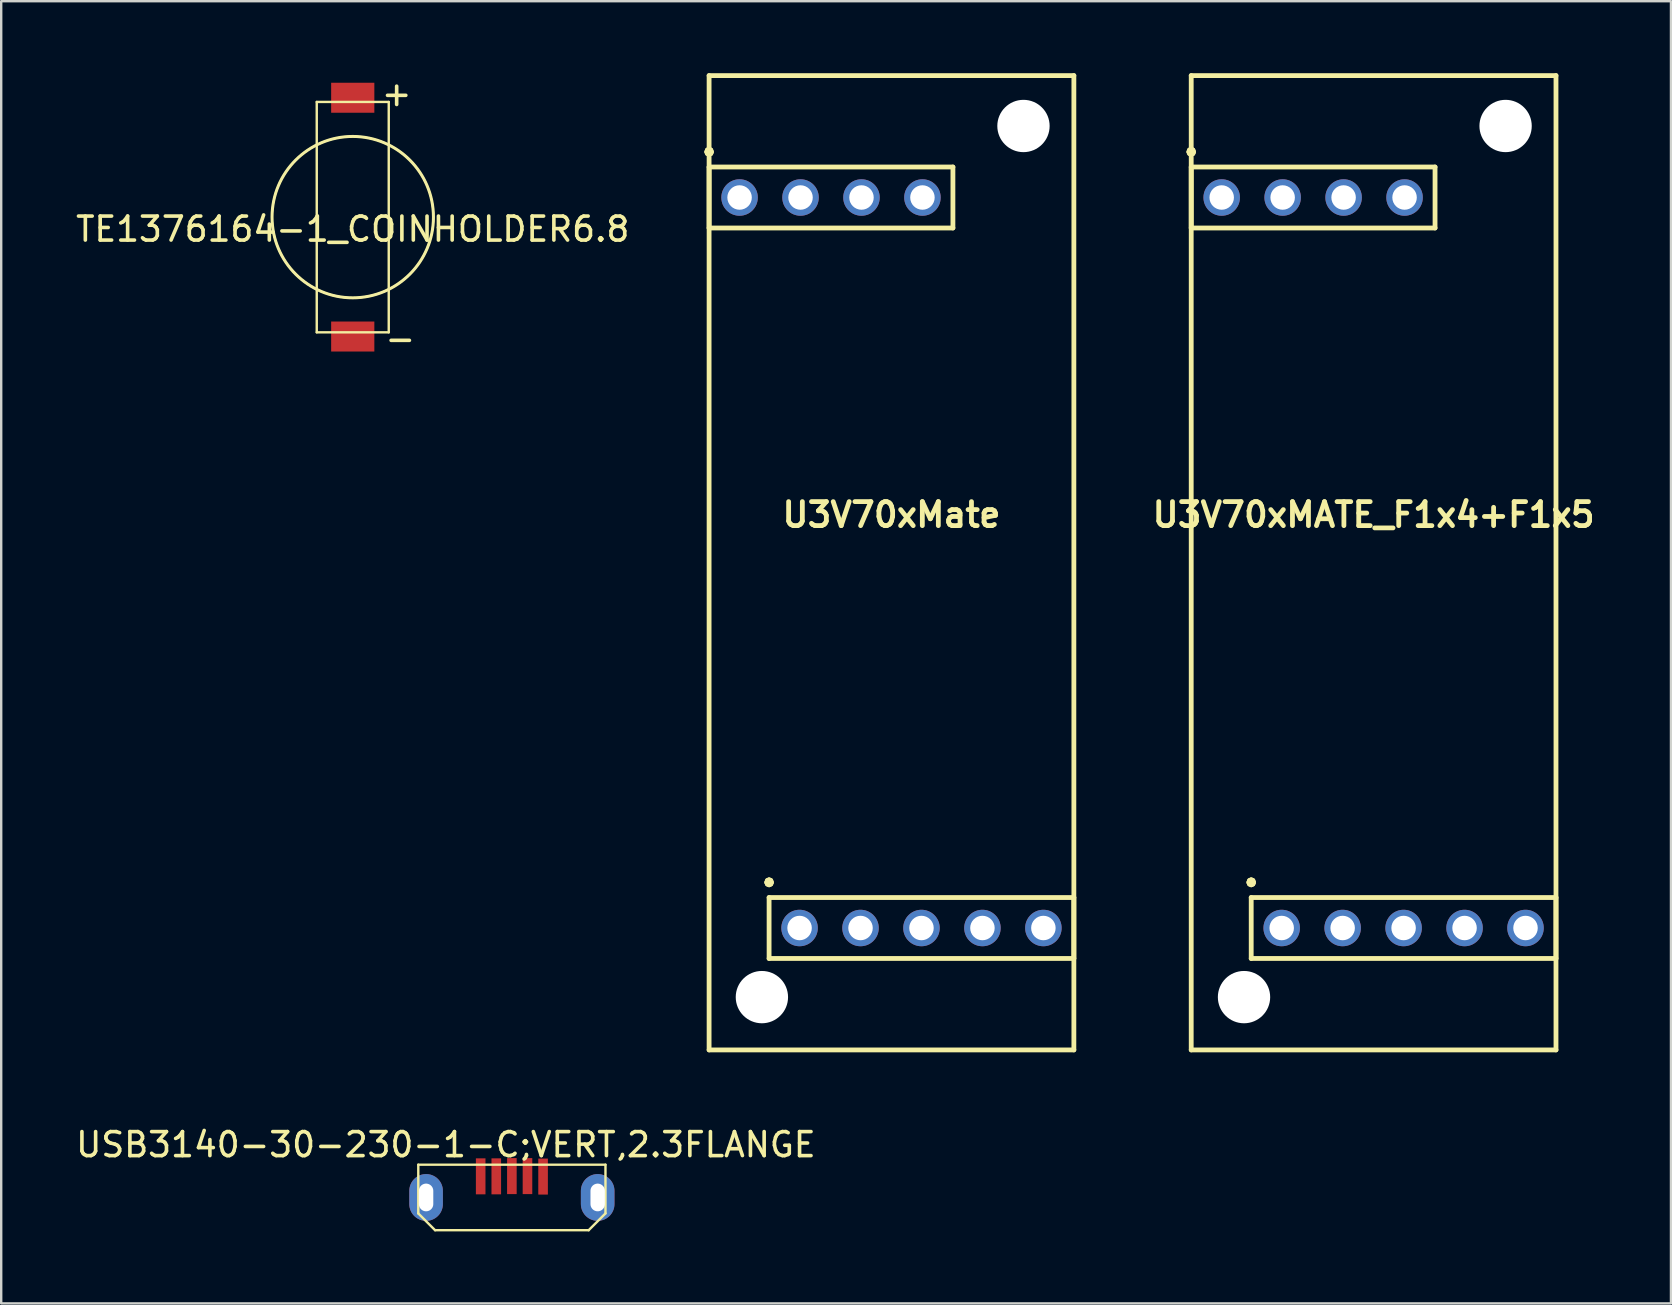
<source format=kicad_pcb>
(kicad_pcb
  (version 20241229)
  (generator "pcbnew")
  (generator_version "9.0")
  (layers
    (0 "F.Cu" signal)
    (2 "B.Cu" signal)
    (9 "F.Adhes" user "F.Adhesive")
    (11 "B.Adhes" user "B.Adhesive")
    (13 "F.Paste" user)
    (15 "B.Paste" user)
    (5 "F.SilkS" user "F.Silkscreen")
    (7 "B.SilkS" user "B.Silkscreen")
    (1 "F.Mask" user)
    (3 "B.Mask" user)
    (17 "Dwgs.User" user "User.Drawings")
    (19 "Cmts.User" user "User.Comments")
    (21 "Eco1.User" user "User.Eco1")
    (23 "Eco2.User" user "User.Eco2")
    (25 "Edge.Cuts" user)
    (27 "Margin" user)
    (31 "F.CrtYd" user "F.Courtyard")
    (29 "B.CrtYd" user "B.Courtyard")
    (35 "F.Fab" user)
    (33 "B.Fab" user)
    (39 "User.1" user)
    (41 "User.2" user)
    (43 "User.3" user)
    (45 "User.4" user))
  (footprint "U3V70xMATE_F1x4+F1x5"
    (layer "F.Cu")
    (at 54.188 20.4)
    (property "Reference" "U3V70xMATE_F1x4+F1x5" (at 0 -2 0) (layer "F.SilkS") (effects (font (size 1 1) (thickness 0.2))))
    (attr through_hole)
    (fp_line (start -7.7 -17.12) (end -7.67 -17.05) (stroke (width 0.2) (type solid)) (layer "F.SilkS"))
    (fp_line (start -7.67 -17.2) (end -7.7 -17.12) (stroke (width 0.2) (type solid)) (layer "F.SilkS"))
    (fp_line (start -7.67 -17.05) (end -7.6 -17.03) (stroke (width 0.2) (type solid)) (layer "F.SilkS"))
    (fp_line (start -7.6 -20.3) (end 7.6 -20.3) (stroke (width 0.2) (type solid)) (layer "F.SilkS"))
    (fp_line (start -7.6 -17.23) (end -7.67 -17.2) (stroke (width 0.2) (type solid)) (layer "F.SilkS"))
    (fp_line (start -7.6 -17.03) (end -7.53 -17.05) (stroke (width 0.2) (type solid)) (layer "F.SilkS"))
    (fp_line (start -7.6 -16.49) (end 2.56 -16.49) (stroke (width 0.2) (type solid)) (layer "F.SilkS"))
    (fp_line (start -7.6 -13.95) (end -7.6 -16.49) (stroke (width 0.2) (type solid)) (layer "F.SilkS"))
    (fp_line (start -7.6 20.3) (end -7.6 -20.3) (stroke (width 0.2) (type solid)) (layer "F.SilkS"))
    (fp_line (start -7.53 -17.2) (end -7.6 -17.23) (stroke (width 0.2) (type solid)) (layer "F.SilkS"))
    (fp_line (start -7.53 -17.05) (end -7.5 -17.12) (stroke (width 0.2) (type solid)) (layer "F.SilkS"))
    (fp_line (start -7.5 -17.12) (end -7.53 -17.2) (stroke (width 0.2) (type solid)) (layer "F.SilkS"))
    (fp_line (start -5.2 13.32) (end -5.17 13.39) (stroke (width 0.2) (type solid)) (layer "F.SilkS"))
    (fp_line (start -5.17 13.24) (end -5.2 13.32) (stroke (width 0.2) (type solid)) (layer "F.SilkS"))
    (fp_line (start -5.17 13.39) (end -5.1 13.42) (stroke (width 0.2) (type solid)) (layer "F.SilkS"))
    (fp_line (start -5.1 13.21) (end -5.17 13.24) (stroke (width 0.2) (type solid)) (layer "F.SilkS"))
    (fp_line (start -5.1 13.42) (end -5.03 13.39) (stroke (width 0.2) (type solid)) (layer "F.SilkS"))
    (fp_line (start -5.1 13.95) (end 7.6 13.95) (stroke (width 0.2) (type solid)) (layer "F.SilkS"))
    (fp_line (start -5.1 16.49) (end -5.1 13.95) (stroke (width 0.2) (type solid)) (layer "F.SilkS"))
    (fp_line (start -5.03 13.24) (end -5.1 13.21) (stroke (width 0.2) (type solid)) (layer "F.SilkS"))
    (fp_line (start -5.03 13.39) (end -5 13.32) (stroke (width 0.2) (type solid)) (layer "F.SilkS"))
    (fp_line (start -5 13.32) (end -5.03 13.24) (stroke (width 0.2) (type solid)) (layer "F.SilkS"))
    (fp_line (start 2.56 -16.49) (end 2.56 -13.95) (stroke (width 0.2) (type solid)) (layer "F.SilkS"))
    (fp_line (start 2.56 -13.95) (end -7.6 -13.95) (stroke (width 0.2) (type solid)) (layer "F.SilkS"))
    (fp_line (start 7.6 -20.3) (end 7.6 20.3) (stroke (width 0.2) (type solid)) (layer "F.SilkS"))
    (fp_line (start 7.6 13.95) (end 7.6 16.49) (stroke (width 0.2) (type solid)) (layer "F.SilkS"))
    (fp_line (start 7.6 16.49) (end -5.1 16.49) (stroke (width 0.2) (type solid)) (layer "F.SilkS"))
    (fp_line (start 7.6 20.3) (end -7.6 20.3) (stroke (width 0.2) (type solid)) (layer "F.SilkS"))
    (pad "" np_thru_hole circle (at -5.4 18.1) (size 2.18 2.18) (drill 2.18) (layers "*.Cu" "*.Mask"))
    (pad "" np_thru_hole circle (at 5.5 -18.2) (size 2.18 2.18) (drill 2.18) (layers "*.Cu" "*.Mask"))
    (pad "1" thru_hole circle (at -3.83 15.22) (size 1.52 1.52) (drill 1.02) (layers "*.Cu" "*.Mask"))
    (pad "2" thru_hole circle (at -1.29 15.22) (size 1.52 1.52) (drill 1.02) (layers "*.Cu" "*.Mask"))
    (pad "3" thru_hole circle (at 1.25 15.22) (size 1.52 1.52) (drill 1.02) (layers "*.Cu" "*.Mask"))
    (pad "4" thru_hole circle (at 3.79 15.22) (size 1.52 1.52) (drill 1.02) (layers "*.Cu" "*.Mask"))
    (pad "5" thru_hole circle (at 6.33 15.22) (size 1.52 1.52) (drill 1.02) (layers "*.Cu" "*.Mask"))
    (pad "6" thru_hole circle (at -6.33 -15.22) (size 1.52 1.52) (drill 1.02) (layers "*.Cu" "*.Mask"))
    (pad "7" thru_hole circle (at -3.79 -15.22) (size 1.52 1.52) (drill 1.02) (layers "*.Cu" "*.Mask"))
    (pad "8" thru_hole circle (at -1.25 -15.22) (size 1.52 1.52) (drill 1.02) (layers "*.Cu" "*.Mask"))
    (pad "9" thru_hole circle (at 1.29 -15.22) (size 1.52 1.52) (drill 1.02) (layers "*.Cu" "*.Mask")))
  (footprint "U3V70xMate"
    (layer "F.Cu")
    (at 34.098 20.4)
    (property "Reference" "U3V70xMate" (at 0 -2 0) (layer "F.SilkS") (effects (font (size 1 1) (thickness 0.2))))
    (attr through_hole)
    (fp_line (start -7.7 -17.12) (end -7.67 -17.05) (stroke (width 0.2) (type solid)) (layer "F.SilkS"))
    (fp_line (start -7.67 -17.2) (end -7.7 -17.12) (stroke (width 0.2) (type solid)) (layer "F.SilkS"))
    (fp_line (start -7.67 -17.05) (end -7.6 -17.03) (stroke (width 0.2) (type solid)) (layer "F.SilkS"))
    (fp_line (start -7.6 -20.3) (end 7.6 -20.3) (stroke (width 0.2) (type solid)) (layer "F.SilkS"))
    (fp_line (start -7.6 -17.23) (end -7.67 -17.2) (stroke (width 0.2) (type solid)) (layer "F.SilkS"))
    (fp_line (start -7.6 -17.03) (end -7.53 -17.05) (stroke (width 0.2) (type solid)) (layer "F.SilkS"))
    (fp_line (start -7.6 -16.49) (end 2.56 -16.49) (stroke (width 0.2) (type solid)) (layer "F.SilkS"))
    (fp_line (start -7.6 -13.95) (end -7.6 -16.49) (stroke (width 0.2) (type solid)) (layer "F.SilkS"))
    (fp_line (start -7.6 20.3) (end -7.6 -20.3) (stroke (width 0.2) (type solid)) (layer "F.SilkS"))
    (fp_line (start -7.53 -17.2) (end -7.6 -17.23) (stroke (width 0.2) (type solid)) (layer "F.SilkS"))
    (fp_line (start -7.53 -17.05) (end -7.5 -17.12) (stroke (width 0.2) (type solid)) (layer "F.SilkS"))
    (fp_line (start -7.5 -17.12) (end -7.53 -17.2) (stroke (width 0.2) (type solid)) (layer "F.SilkS"))
    (fp_line (start -5.2 13.32) (end -5.17 13.39) (stroke (width 0.2) (type solid)) (layer "F.SilkS"))
    (fp_line (start -5.17 13.24) (end -5.2 13.32) (stroke (width 0.2) (type solid)) (layer "F.SilkS"))
    (fp_line (start -5.17 13.39) (end -5.1 13.42) (stroke (width 0.2) (type solid)) (layer "F.SilkS"))
    (fp_line (start -5.1 13.21) (end -5.17 13.24) (stroke (width 0.2) (type solid)) (layer "F.SilkS"))
    (fp_line (start -5.1 13.42) (end -5.03 13.39) (stroke (width 0.2) (type solid)) (layer "F.SilkS"))
    (fp_line (start -5.1 13.95) (end 7.6 13.95) (stroke (width 0.2) (type solid)) (layer "F.SilkS"))
    (fp_line (start -5.1 16.49) (end -5.1 13.95) (stroke (width 0.2) (type solid)) (layer "F.SilkS"))
    (fp_line (start -5.03 13.24) (end -5.1 13.21) (stroke (width 0.2) (type solid)) (layer "F.SilkS"))
    (fp_line (start -5.03 13.39) (end -5 13.32) (stroke (width 0.2) (type solid)) (layer "F.SilkS"))
    (fp_line (start -5 13.32) (end -5.03 13.24) (stroke (width 0.2) (type solid)) (layer "F.SilkS"))
    (fp_line (start 2.56 -16.49) (end 2.56 -13.95) (stroke (width 0.2) (type solid)) (layer "F.SilkS"))
    (fp_line (start 2.56 -13.95) (end -7.6 -13.95) (stroke (width 0.2) (type solid)) (layer "F.SilkS"))
    (fp_line (start 7.6 -20.3) (end 7.6 20.3) (stroke (width 0.2) (type solid)) (layer "F.SilkS"))
    (fp_line (start 7.6 13.95) (end 7.6 16.49) (stroke (width 0.2) (type solid)) (layer "F.SilkS"))
    (fp_line (start 7.6 16.49) (end -5.1 16.49) (stroke (width 0.2) (type solid)) (layer "F.SilkS"))
    (fp_line (start 7.6 20.3) (end -7.6 20.3) (stroke (width 0.2) (type solid)) (layer "F.SilkS"))
    (pad "" np_thru_hole circle (at -5.4 18.1) (size 2.18 2.18) (drill 2.18) (layers "*.Cu" "*.Mask"))
    (pad "" np_thru_hole circle (at 5.5 -18.2) (size 2.18 2.18) (drill 2.18) (layers "*.Cu" "*.Mask"))
    (pad "1" thru_hole circle (at -3.83 15.22) (size 1.52 1.52) (drill 1.02) (layers "*.Cu" "*.Mask"))
    (pad "2" thru_hole circle (at -1.29 15.22) (size 1.52 1.52) (drill 1.02) (layers "*.Cu" "*.Mask"))
    (pad "3" thru_hole circle (at 1.25 15.22) (size 1.52 1.52) (drill 1.02) (layers "*.Cu" "*.Mask"))
    (pad "4" thru_hole circle (at 3.79 15.22) (size 1.52 1.52) (drill 1.02) (layers "*.Cu" "*.Mask"))
    (pad "5" thru_hole circle (at 6.33 15.22) (size 1.52 1.52) (drill 1.02) (layers "*.Cu" "*.Mask"))
    (pad "6" thru_hole circle (at -6.33 -15.22) (size 1.52 1.52) (drill 1.02) (layers "*.Cu" "*.Mask"))
    (pad "7" thru_hole circle (at -3.79 -15.22) (size 1.52 1.52) (drill 1.02) (layers "*.Cu" "*.Mask"))
    (pad "8" thru_hole circle (at -1.25 -15.22) (size 1.52 1.52) (drill 1.02) (layers "*.Cu" "*.Mask"))
    (pad "9" thru_hole circle (at 1.29 -15.22) (size 1.52 1.52) (drill 1.02) (layers "*.Cu" "*.Mask")))
  (footprint "TE1376164-1_COINHOLDER6.8"
    (layer "F.Cu")
    (at 11.649 5.998)
    (property "Reference" "TE1376164-1_COINHOLDER6.8" (at 0 0.5 0) (layer "F.SilkS") (effects (font (size 1 1) (thickness 0.15))))
    (attr smd)
    (fp_line (start -1.5 -4.8) (end -1.5 4.8) (stroke (width 0.1) (type solid)) (layer "F.SilkS"))
    (fp_line (start -1.5 4.8) (end 1.5 4.8) (stroke (width 0.1) (type solid)) (layer "F.SilkS"))
    (fp_line (start 1.5 -4.8) (end -1.5 -4.8) (stroke (width 0.1) (type solid)) (layer "F.SilkS"))
    (fp_line (start 1.5 4.8) (end 1.5 -4.8) (stroke (width 0.1) (type solid)) (layer "F.SilkS"))
    (fp_circle (center 0 0) (end 3.35 0) (stroke (width 0.1) (type solid)) (fill no) (layer "F.SilkS"))
    (fp_circle (center 0 0) (end 3.375 0) (stroke (width 0.1) (type solid)) (fill no) (layer "F.SilkS"))
    (fp_text user "+" (at 1.83 -5.15 0) (layer "F.SilkS") (effects (font (size 1 1) (thickness 0.15))))
    (fp_text user "-" (at 1.98 5.06 0) (layer "F.SilkS") (effects (font (size 1 1) (thickness 0.15))))
    (pad "1" smd rect (at 0 -4.975) (size 1.8 1.25) (layers "F.Cu" "F.Mask" "F.Paste"))
    (pad "2" smd rect (at 0 4.975) (size 1.8 1.25) (layers "F.Cu" "F.Mask" "F.Paste")))
  (footprint "USB3140-30-230-1-C;VERT,2.3FLANGE"
    (layer "F.Cu")
    (at 18.28 46.848)
    (property "Reference" "USB3140-30-230-1-C;VERT,2.3FLANGE" (at -2.75 -2.2 180) (layer "F.SilkS") (effects (font (size 1 1) (thickness 0.15))))
    (attr through_hole)
    (fp_line (start -3.9 -1.365) (end -3.9 0.665) (stroke (width 0.1) (type solid)) (layer "F.SilkS"))
    (fp_line (start -3.2 1.365) (end -3.9 0.665) (stroke (width 0.1) (type solid)) (layer "F.SilkS"))
    (fp_line (start -3.2 1.365) (end 3.2 1.365) (stroke (width 0.1) (type solid)) (layer "F.SilkS"))
    (fp_line (start 3.2 1.365) (end 3.9 0.665) (stroke (width 0.1) (type solid)) (layer "F.SilkS"))
    (fp_line (start 3.9 -1.365) (end -3.9 -1.365) (stroke (width 0.1) (type solid)) (layer "F.SilkS"))
    (fp_line (start 3.9 0.665) (end 3.9 -1.365) (stroke (width 0.1) (type solid)) (layer "F.SilkS"))
    (pad "1" smd rect (at -1.3 -0.88) (size 0.4 1.5) (layers "F.Cu" "F.Mask" "F.Paste"))
    (pad "2" smd rect (at -0.65 -0.88) (size 0.4 1.5) (layers "F.Cu" "F.Mask" "F.Paste"))
    (pad "3" smd rect (at 0 -0.89) (size 0.4 1.5) (layers "F.Cu" "F.Mask" "F.Paste"))
    (pad "4" smd rect (at 0.65 -0.89) (size 0.4 1.5) (layers "F.Cu" "F.Mask" "F.Paste"))
    (pad "5" smd rect (at 1.3 -0.87) (size 0.4 1.5) (layers "F.Cu" "F.Mask" "F.Paste"))
    (pad "6" thru_hole oval (at -3.575 0) (size 1.4 1.95) (drill oval 0.6 1.154) (layers "*.Cu" "*.Mask"))
    (pad "6" thru_hole oval (at 3.575 0) (size 1.4 1.95) (drill oval 0.6 1.154) (layers "*.Cu" "*.Mask")))
  (gr_rect
    (start -3 -3)
    (end 66.579 51.263)
    (stroke (width 0.1) (type default))
    (fill no)
    (layer "Edge.Cuts")))
</source>
